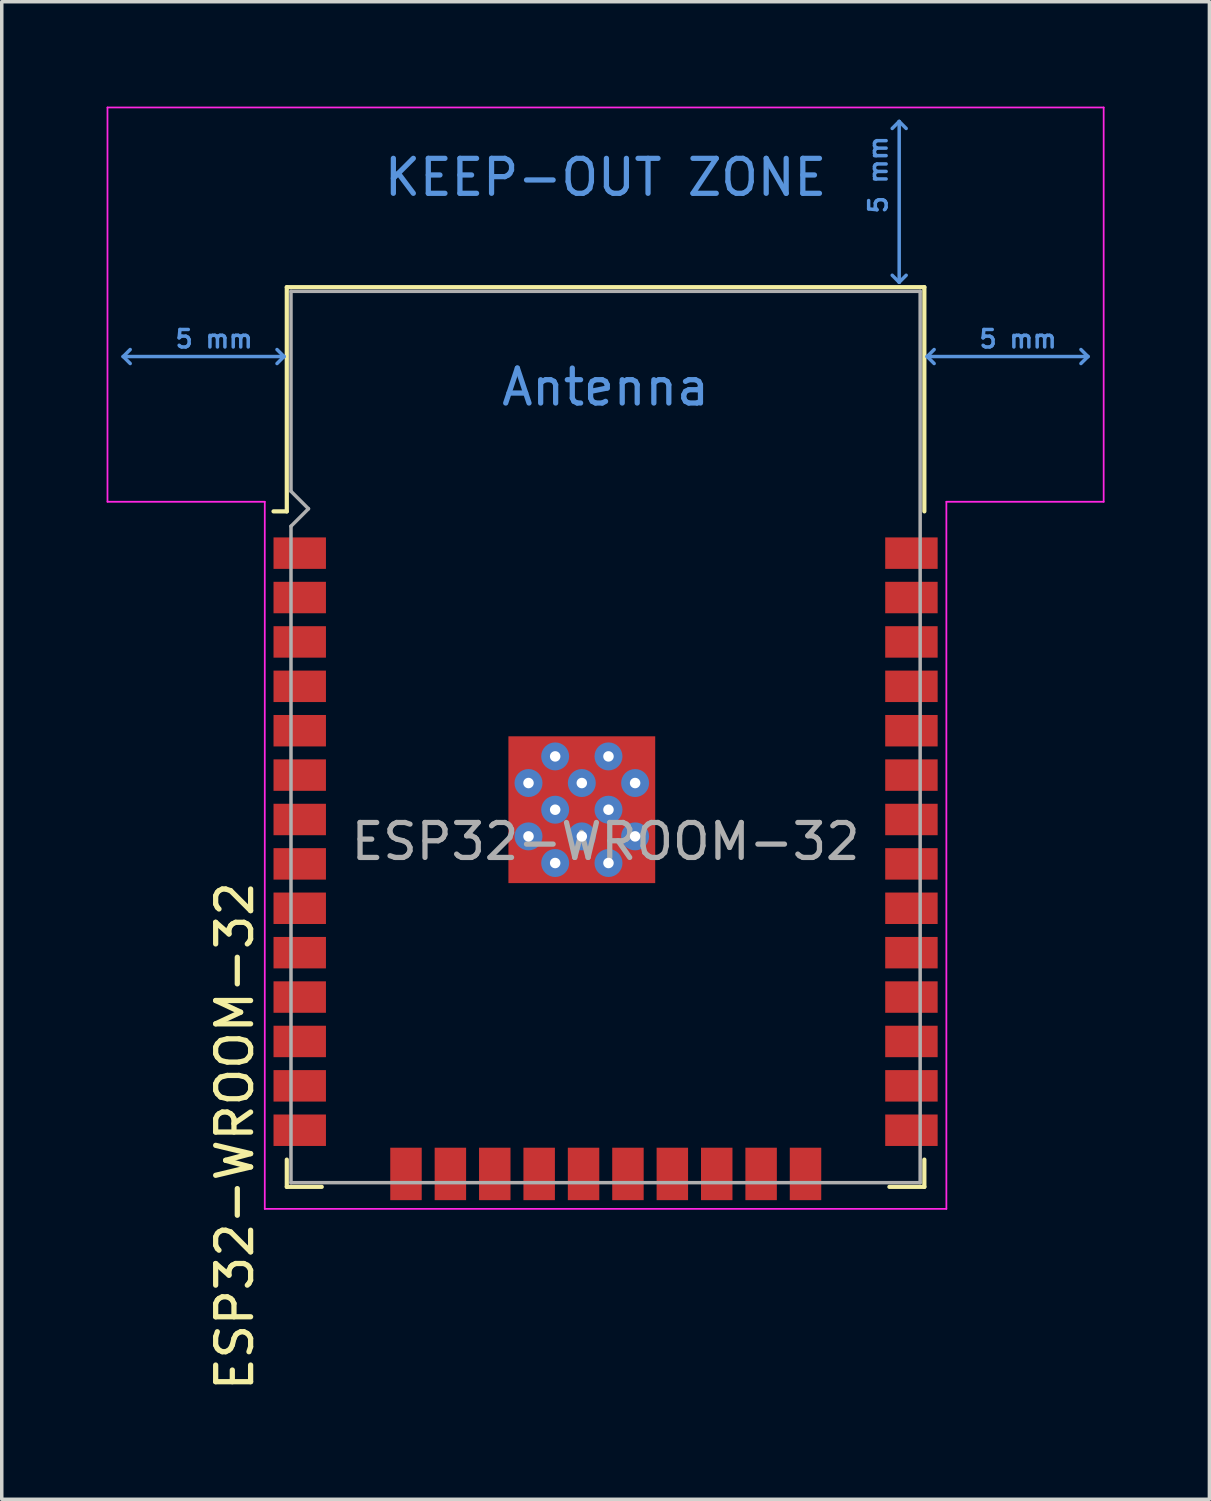
<source format=kicad_pcb>
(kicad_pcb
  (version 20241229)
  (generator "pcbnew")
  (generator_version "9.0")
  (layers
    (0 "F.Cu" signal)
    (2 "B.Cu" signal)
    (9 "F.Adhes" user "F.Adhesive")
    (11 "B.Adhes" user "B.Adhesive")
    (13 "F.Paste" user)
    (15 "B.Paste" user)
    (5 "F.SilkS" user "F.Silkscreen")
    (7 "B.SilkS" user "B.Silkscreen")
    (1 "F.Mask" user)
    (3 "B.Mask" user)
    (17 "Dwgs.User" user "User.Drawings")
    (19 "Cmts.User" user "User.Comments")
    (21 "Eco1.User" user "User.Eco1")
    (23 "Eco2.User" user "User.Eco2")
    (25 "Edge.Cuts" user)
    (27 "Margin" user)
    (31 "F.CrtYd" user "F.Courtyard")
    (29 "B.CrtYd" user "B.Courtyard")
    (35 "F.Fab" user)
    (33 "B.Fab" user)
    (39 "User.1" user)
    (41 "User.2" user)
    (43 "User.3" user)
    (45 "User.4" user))
  (footprint "ESP32-WROOM-32"
    (layer "F.Cu")
    (at 14.275 21.025)
    (property "Reference" "ESP32-WROOM-32" (at -10.61 8.43 90) (layer "F.SilkS") (effects (font (size 1 1) (thickness 0.15))))
    (attr through_hole)
    (fp_line (start -9.12 -15.86) (end -9.12 -9.445) (stroke (width 0.12) (type solid)) (layer "F.SilkS"))
    (fp_line (start -9.12 -15.86) (end 9.12 -15.86) (stroke (width 0.12) (type solid)) (layer "F.SilkS"))
    (fp_line (start -9.12 -9.445) (end -9.5 -9.445) (stroke (width 0.12) (type solid)) (layer "F.SilkS"))
    (fp_line (start -9.12 9.1) (end -9.12 9.88) (stroke (width 0.12) (type solid)) (layer "F.SilkS"))
    (fp_line (start -9.12 9.88) (end -8.12 9.88) (stroke (width 0.12) (type solid)) (layer "F.SilkS"))
    (fp_line (start 9.12 -15.86) (end 9.12 -9.445) (stroke (width 0.12) (type solid)) (layer "F.SilkS"))
    (fp_line (start 9.12 9.1) (end 9.12 9.88) (stroke (width 0.12) (type solid)) (layer "F.SilkS"))
    (fp_line (start 9.12 9.88) (end 8.12 9.88) (stroke (width 0.12) (type solid)) (layer "F.SilkS"))
    (fp_line (start -13.8 -13.875) (end -13.6 -14.075) (stroke (width 0.1) (type solid)) (layer "Cmts.User"))
    (fp_line (start -13.8 -13.875) (end -13.6 -13.675) (stroke (width 0.1) (type solid)) (layer "Cmts.User"))
    (fp_line (start -13.8 -13.875) (end -9.2 -13.875) (stroke (width 0.1) (type solid)) (layer "Cmts.User"))
    (fp_line (start -9.2 -13.875) (end -9.4 -14.075) (stroke (width 0.1) (type solid)) (layer "Cmts.User"))
    (fp_line (start -9.2 -13.875) (end -9.4 -13.675) (stroke (width 0.1) (type solid)) (layer "Cmts.User"))
    (fp_line (start 8.4 -20.6) (end 8.2 -20.4) (stroke (width 0.1) (type solid)) (layer "Cmts.User"))
    (fp_line (start 8.4 -20.6) (end 8.6 -20.4) (stroke (width 0.1) (type solid)) (layer "Cmts.User"))
    (fp_line (start 8.4 -16) (end 8.2 -16.2) (stroke (width 0.1) (type solid)) (layer "Cmts.User"))
    (fp_line (start 8.4 -16) (end 8.4 -20.6) (stroke (width 0.1) (type solid)) (layer "Cmts.User"))
    (fp_line (start 8.4 -16) (end 8.6 -16.2) (stroke (width 0.1) (type solid)) (layer "Cmts.User"))
    (fp_line (start 9.2 -13.875) (end 9.4 -14.075) (stroke (width 0.1) (type solid)) (layer "Cmts.User"))
    (fp_line (start 9.2 -13.875) (end 9.4 -13.675) (stroke (width 0.1) (type solid)) (layer "Cmts.User"))
    (fp_line (start 9.2 -13.875) (end 13.8 -13.875) (stroke (width 0.1) (type solid)) (layer "Cmts.User"))
    (fp_line (start 13.8 -13.875) (end 13.6 -14.075) (stroke (width 0.1) (type solid)) (layer "Cmts.User"))
    (fp_line (start 13.8 -13.875) (end 13.6 -13.675) (stroke (width 0.1) (type solid)) (layer "Cmts.User"))
    (fp_line (start -14.25 -21) (end -14.25 -9.72) (stroke (width 0.05) (type solid)) (layer "F.CrtYd"))
    (fp_line (start -14.25 -21) (end 14.25 -21) (stroke (width 0.05) (type solid)) (layer "F.CrtYd"))
    (fp_line (start -14.25 -9.72) (end -9.75 -9.72) (stroke (width 0.05) (type solid)) (layer "F.CrtYd"))
    (fp_line (start -9.75 10.51) (end -9.75 -9.72) (stroke (width 0.05) (type solid)) (layer "F.CrtYd"))
    (fp_line (start -9.75 10.51) (end 9.75 10.51) (stroke (width 0.05) (type solid)) (layer "F.CrtYd"))
    (fp_line (start 9.75 -9.72) (end 9.75 10.51) (stroke (width 0.05) (type solid)) (layer "F.CrtYd"))
    (fp_line (start 9.75 -9.72) (end 14.25 -9.72) (stroke (width 0.05) (type solid)) (layer "F.CrtYd"))
    (fp_line (start 14.25 -21) (end 14.25 -9.72) (stroke (width 0.05) (type solid)) (layer "F.CrtYd"))
    (fp_line (start -9 -15.74) (end -9 -10.02) (stroke (width 0.1) (type solid)) (layer "F.Fab"))
    (fp_line (start -9 -15.74) (end 9 -15.74) (stroke (width 0.1) (type solid)) (layer "F.Fab"))
    (fp_line (start -9 -9.02) (end -9 9.76) (stroke (width 0.1) (type solid)) (layer "F.Fab"))
    (fp_line (start -9 -9.02) (end -8.5 -9.52) (stroke (width 0.1) (type solid)) (layer "F.Fab"))
    (fp_line (start -9 9.76) (end 9 9.76) (stroke (width 0.1) (type solid)) (layer "F.Fab"))
    (fp_line (start -8.5 -9.52) (end -9 -10.02) (stroke (width 0.1) (type solid)) (layer "F.Fab"))
    (fp_line (start 9 9.76) (end 9 -15.74) (stroke (width 0.1) (type solid)) (layer "F.Fab"))
    (fp_text user "5 mm" (at -11.2 -14.375 0) (layer "Cmts.User") (effects (font (size 0.5 0.5) (thickness 0.1))))
    (fp_text user "5 mm" (at 11.8 -14.375 0) (layer "Cmts.User") (effects (font (size 0.5 0.5) (thickness 0.1))))
    (fp_text user "5 mm" (at 7.8 -19.075 90) (layer "Cmts.User") (effects (font (size 0.5 0.5) (thickness 0.1))))
    (fp_text user "Antenna" (at 0 -13 0) (layer "Cmts.User") (effects (font (size 1 1) (thickness 0.15))))
    (fp_text user "KEEP-OUT ZONE" (at 0 -19 0) (layer "Cmts.User") (effects (font (size 1 1) (thickness 0.15))))
    (fp_text user "${REFERENCE}" (at 0 0 0) (layer "F.Fab") (effects (font (size 1 1) (thickness 0.15))))
    (pad "1" smd rect (at -8.75 -8.25) (size 1.5 0.9) (layers "F.Cu" "F.Mask" "F.Paste"))
    (pad "2" smd rect (at -8.75 -6.98) (size 1.5 0.9) (layers "F.Cu" "F.Mask" "F.Paste"))
    (pad "3" smd rect (at -8.75 -5.71) (size 1.5 0.9) (layers "F.Cu" "F.Mask" "F.Paste"))
    (pad "4" smd rect (at -8.75 -4.44) (size 1.5 0.9) (layers "F.Cu" "F.Mask" "F.Paste"))
    (pad "5" smd rect (at -8.75 -3.17) (size 1.5 0.9) (layers "F.Cu" "F.Mask" "F.Paste"))
    (pad "6" smd rect (at -8.75 -1.9) (size 1.5 0.9) (layers "F.Cu" "F.Mask" "F.Paste"))
    (pad "7" smd rect (at -8.75 -0.63) (size 1.5 0.9) (layers "F.Cu" "F.Mask" "F.Paste"))
    (pad "8" smd rect (at -8.75 0.64) (size 1.5 0.9) (layers "F.Cu" "F.Mask" "F.Paste"))
    (pad "9" smd rect (at -8.75 1.91) (size 1.5 0.9) (layers "F.Cu" "F.Mask" "F.Paste"))
    (pad "10" smd rect (at -8.75 3.18) (size 1.5 0.9) (layers "F.Cu" "F.Mask" "F.Paste"))
    (pad "11" smd rect (at -8.75 4.45) (size 1.5 0.9) (layers "F.Cu" "F.Mask" "F.Paste"))
    (pad "12" smd rect (at -8.75 5.72) (size 1.5 0.9) (layers "F.Cu" "F.Mask" "F.Paste"))
    (pad "13" smd rect (at -8.75 6.99) (size 1.5 0.9) (layers "F.Cu" "F.Mask" "F.Paste"))
    (pad "14" smd rect (at -8.75 8.26) (size 1.5 0.9) (layers "F.Cu" "F.Mask" "F.Paste"))
    (pad "15" smd rect (at -5.71 9.51 90) (size 1.5 0.9) (layers "F.Cu" "F.Mask" "F.Paste"))
    (pad "16" smd rect (at -4.44 9.51 90) (size 1.5 0.9) (layers "F.Cu" "F.Mask" "F.Paste"))
    (pad "17" smd rect (at -3.17 9.51 90) (size 1.5 0.9) (layers "F.Cu" "F.Mask" "F.Paste"))
    (pad "18" smd rect (at -1.9 9.51 90) (size 1.5 0.9) (layers "F.Cu" "F.Mask" "F.Paste"))
    (pad "19" smd rect (at -0.63 9.51 90) (size 1.5 0.9) (layers "F.Cu" "F.Mask" "F.Paste"))
    (pad "20" smd rect (at 0.64 9.51 90) (size 1.5 0.9) (layers "F.Cu" "F.Mask" "F.Paste"))
    (pad "21" smd rect (at 1.91 9.51 90) (size 1.5 0.9) (layers "F.Cu" "F.Mask" "F.Paste"))
    (pad "22" smd rect (at 3.18 9.51 90) (size 1.5 0.9) (layers "F.Cu" "F.Mask" "F.Paste"))
    (pad "23" smd rect (at 4.45 9.51 90) (size 1.5 0.9) (layers "F.Cu" "F.Mask" "F.Paste"))
    (pad "24" smd rect (at 5.72 9.51 90) (size 1.5 0.9) (layers "F.Cu" "F.Mask" "F.Paste"))
    (pad "25" smd rect (at 8.75 8.26) (size 1.5 0.9) (layers "F.Cu" "F.Mask" "F.Paste"))
    (pad "26" smd rect (at 8.75 6.99) (size 1.5 0.9) (layers "F.Cu" "F.Mask" "F.Paste"))
    (pad "27" smd rect (at 8.75 5.72) (size 1.5 0.9) (layers "F.Cu" "F.Mask" "F.Paste"))
    (pad "28" smd rect (at 8.75 4.45) (size 1.5 0.9) (layers "F.Cu" "F.Mask" "F.Paste"))
    (pad "29" smd rect (at 8.75 3.18) (size 1.5 0.9) (layers "F.Cu" "F.Mask" "F.Paste"))
    (pad "30" smd rect (at 8.75 1.91) (size 1.5 0.9) (layers "F.Cu" "F.Mask" "F.Paste"))
    (pad "31" smd rect (at 8.75 0.64) (size 1.5 0.9) (layers "F.Cu" "F.Mask" "F.Paste"))
    (pad "32" smd rect (at 8.75 -0.63) (size 1.5 0.9) (layers "F.Cu" "F.Mask" "F.Paste"))
    (pad "33" smd rect (at 8.75 -1.9) (size 1.5 0.9) (layers "F.Cu" "F.Mask" "F.Paste"))
    (pad "34" smd rect (at 8.75 -3.17) (size 1.5 0.9) (layers "F.Cu" "F.Mask" "F.Paste"))
    (pad "35" smd rect (at 8.75 -4.44) (size 1.5 0.9) (layers "F.Cu" "F.Mask" "F.Paste"))
    (pad "36" smd rect (at 8.75 -5.71) (size 1.5 0.9) (layers "F.Cu" "F.Mask" "F.Paste"))
    (pad "37" smd rect (at 8.75 -6.98) (size 1.5 0.9) (layers "F.Cu" "F.Mask" "F.Paste"))
    (pad "38" smd rect (at 8.75 -8.25) (size 1.5 0.9) (layers "F.Cu" "F.Mask" "F.Paste"))
    (pad "39" smd rect (at -2.205 -2.435) (size 1.05 1.05) (layers "F.Cu" "F.Paste"))
    (pad "39" thru_hole circle (at -2.205 -1.673) (size 0.8 0.8) (drill 0.3) (layers "*.Cu" "F.Mask"))
    (pad "39" smd rect (at -2.205 -0.91) (size 1.05 1.05) (layers "F.Cu" "F.Paste"))
    (pad "39" thru_hole circle (at -2.205 -0.147) (size 0.8 0.8) (drill 0.3) (layers "*.Cu" "F.Mask"))
    (pad "39" smd rect (at -2.205 0.615) (size 1.05 1.05) (layers "F.Cu" "F.Paste"))
    (pad "39" thru_hole circle (at -1.442 -2.435) (size 0.8 0.8) (drill 0.3) (layers "*.Cu" "F.Mask"))
    (pad "39" thru_hole circle (at -1.442 -0.91) (size 0.8 0.8) (drill 0.3) (layers "*.Cu" "F.Mask"))
    (pad "39" thru_hole circle (at -1.442 0.615) (size 0.8 0.8) (drill 0.3) (layers "*.Cu" "F.Mask"))
    (pad "39" smd rect (at -0.68 -2.435) (size 1.05 1.05) (layers "F.Cu" "F.Paste"))
    (pad "39" thru_hole circle (at -0.68 -1.673) (size 0.8 0.8) (drill 0.3) (layers "*.Cu" "F.Mask"))
    (pad "39" smd rect (at -0.68 -0.91) (size 1.05 1.05) (layers "F.Cu" "F.Paste"))
    (pad "39" smd rect (at -0.68 -0.91) (size 4.2 4.2) (layers "F.Cu" "F.Mask"))
    (pad "39" thru_hole circle (at -0.68 -0.147) (size 0.8 0.8) (drill 0.3) (layers "*.Cu" "F.Mask"))
    (pad "39" smd rect (at -0.68 0.615) (size 1.05 1.05) (layers "F.Cu" "F.Paste"))
    (pad "39" thru_hole circle (at 0.083 -2.435) (size 0.8 0.8) (drill 0.3) (layers "*.Cu" "F.Mask"))
    (pad "39" thru_hole circle (at 0.083 -0.91) (size 0.8 0.8) (drill 0.3) (layers "*.Cu" "F.Mask"))
    (pad "39" thru_hole circle (at 0.083 0.615) (size 0.8 0.8) (drill 0.3) (layers "*.Cu" "F.Mask"))
    (pad "39" smd rect (at 0.845 -2.435) (size 1.05 1.05) (layers "F.Cu" "F.Paste"))
    (pad "39" thru_hole circle (at 0.845 -1.673) (size 0.8 0.8) (drill 0.3) (layers "*.Cu" "F.Mask"))
    (pad "39" smd rect (at 0.845 -0.91) (size 1.05 1.05) (layers "F.Cu" "F.Paste"))
    (pad "39" thru_hole circle (at 0.845 -0.147) (size 0.8 0.8) (drill 0.3) (layers "*.Cu" "F.Mask"))
    (pad "39" smd rect (at 0.845 0.615) (size 1.05 1.05) (layers "F.Cu" "F.Paste"))
    (zone (net_name "") (layers "F.Cu" "B.Cu") (hatch full 0.508) (connect_pads) (min_thickness 0.254) (filled_areas_thickness no) (keepout (tracks not_allowed) (vias not_allowed) (pads not_allowed) (copperpour not_allowed) (footprints not_allowed)) (placement (enabled no)) (fill) (polygon (pts (xy 0.275 11.055) (xy 28.275 11.055) (xy 28.275 0.275) (xy 0.275 0.275)))))
  (gr_rect
    (start -3 -3)
    (end 31.55 39.842)
    (stroke (width 0.1) (type default))
    (fill no)
    (layer "Edge.Cuts")))
</source>
